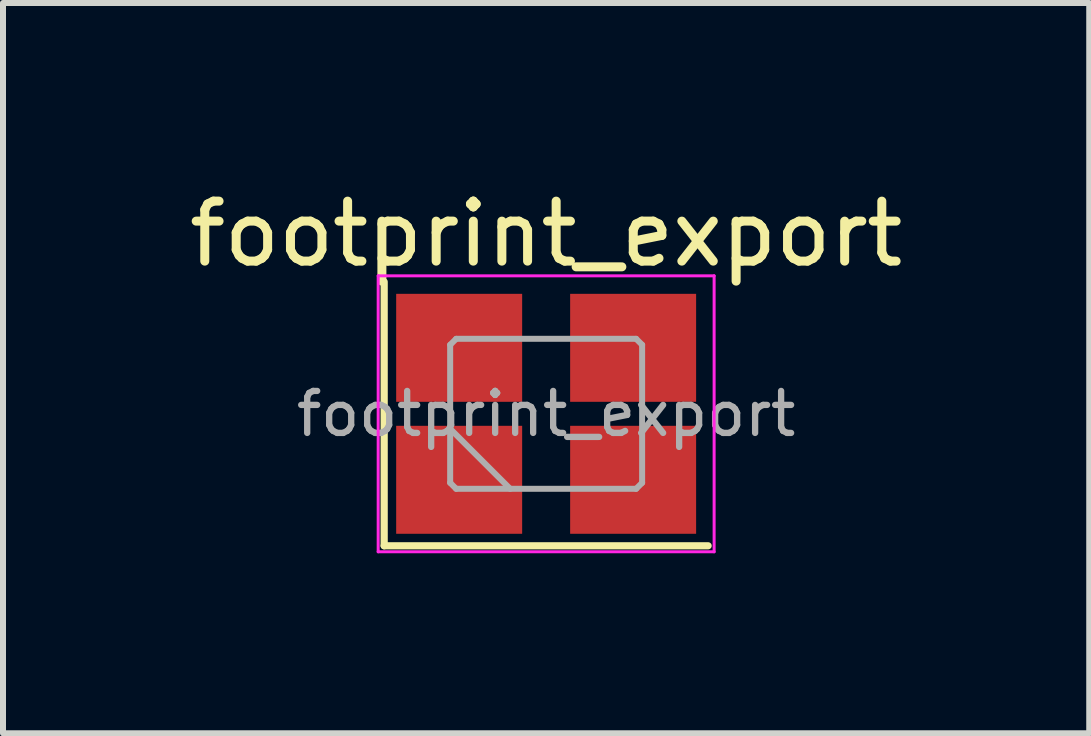
<source format=kicad_pcb>
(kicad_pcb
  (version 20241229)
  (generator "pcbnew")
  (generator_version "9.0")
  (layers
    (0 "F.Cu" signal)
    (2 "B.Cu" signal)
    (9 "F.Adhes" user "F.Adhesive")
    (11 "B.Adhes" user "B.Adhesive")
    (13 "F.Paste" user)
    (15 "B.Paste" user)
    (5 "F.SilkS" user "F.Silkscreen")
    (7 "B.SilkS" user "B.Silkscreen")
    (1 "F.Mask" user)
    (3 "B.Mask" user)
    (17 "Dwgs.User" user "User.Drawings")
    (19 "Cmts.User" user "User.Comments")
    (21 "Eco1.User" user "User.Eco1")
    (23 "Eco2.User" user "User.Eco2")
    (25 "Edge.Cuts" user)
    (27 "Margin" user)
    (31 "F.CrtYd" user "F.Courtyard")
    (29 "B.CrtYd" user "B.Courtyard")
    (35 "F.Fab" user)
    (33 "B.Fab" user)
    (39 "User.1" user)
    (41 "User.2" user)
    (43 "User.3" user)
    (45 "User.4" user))
  (footprint "footprint_export"
    (layer "F.Cu")
    (at 6.054 3.848)
    (property "Reference" "footprint_export" (at 0 -3 0) (layer "F.SilkS") (effects (font (size 1 1) (thickness 0.15))))
    (attr smd)
    (fp_line (start -2.7 -2.2) (end -2.7 2.2) (stroke (width 0.12) (type solid)) (layer "F.SilkS"))
    (fp_line (start -2.7 2.2) (end 2.7 2.2) (stroke (width 0.12) (type solid)) (layer "F.SilkS"))
    (fp_line (start -2.8 -2.3) (end -2.8 2.3) (stroke (width 0.05) (type solid)) (layer "F.CrtYd"))
    (fp_line (start -2.8 2.3) (end 2.8 2.3) (stroke (width 0.05) (type solid)) (layer "F.CrtYd"))
    (fp_line (start 2.8 -2.3) (end -2.8 -2.3) (stroke (width 0.05) (type solid)) (layer "F.CrtYd"))
    (fp_line (start 2.8 2.3) (end 2.8 -2.3) (stroke (width 0.05) (type solid)) (layer "F.CrtYd"))
    (fp_line (start -1.6 -1.15) (end -1.5 -1.25) (stroke (width 0.1) (type solid)) (layer "F.Fab"))
    (fp_line (start -1.6 0.25) (end -0.6 1.25) (stroke (width 0.1) (type solid)) (layer "F.Fab"))
    (fp_line (start -1.6 1.15) (end -1.6 -1.15) (stroke (width 0.1) (type solid)) (layer "F.Fab"))
    (fp_line (start -1.5 -1.25) (end 1.5 -1.25) (stroke (width 0.1) (type solid)) (layer "F.Fab"))
    (fp_line (start -1.5 1.25) (end -1.6 1.15) (stroke (width 0.1) (type solid)) (layer "F.Fab"))
    (fp_line (start 1.5 -1.25) (end 1.6 -1.15) (stroke (width 0.1) (type solid)) (layer "F.Fab"))
    (fp_line (start 1.5 1.25) (end -1.5 1.25) (stroke (width 0.1) (type solid)) (layer "F.Fab"))
    (fp_line (start 1.6 -1.15) (end 1.6 1.15) (stroke (width 0.1) (type solid)) (layer "F.Fab"))
    (fp_line (start 1.6 1.15) (end 1.5 1.25) (stroke (width 0.1) (type solid)) (layer "F.Fab"))
    (fp_text user "${REFERENCE}" (at 0 0 0) (layer "F.Fab") (effects (font (size 0.7 0.7) (thickness 0.105))))
    (pad "1" smd rect (at -1.45 1.1) (size 2.1 1.8) (layers "F.Cu" "F.Mask" "F.Paste"))
    (pad "2" smd rect (at 1.45 1.1) (size 2.1 1.8) (layers "F.Cu" "F.Mask" "F.Paste"))
    (pad "3" smd rect (at 1.45 -1.1) (size 2.1 1.8) (layers "F.Cu" "F.Mask" "F.Paste"))
    (pad "4" smd rect (at -1.45 -1.1) (size 2.1 1.8) (layers "F.Cu" "F.Mask" "F.Paste")))
  (gr_rect
    (start -3 -3)
    (end 15.107 9.173)
    (stroke (width 0.1) (type default))
    (fill no)
    (layer "Edge.Cuts")))
</source>
